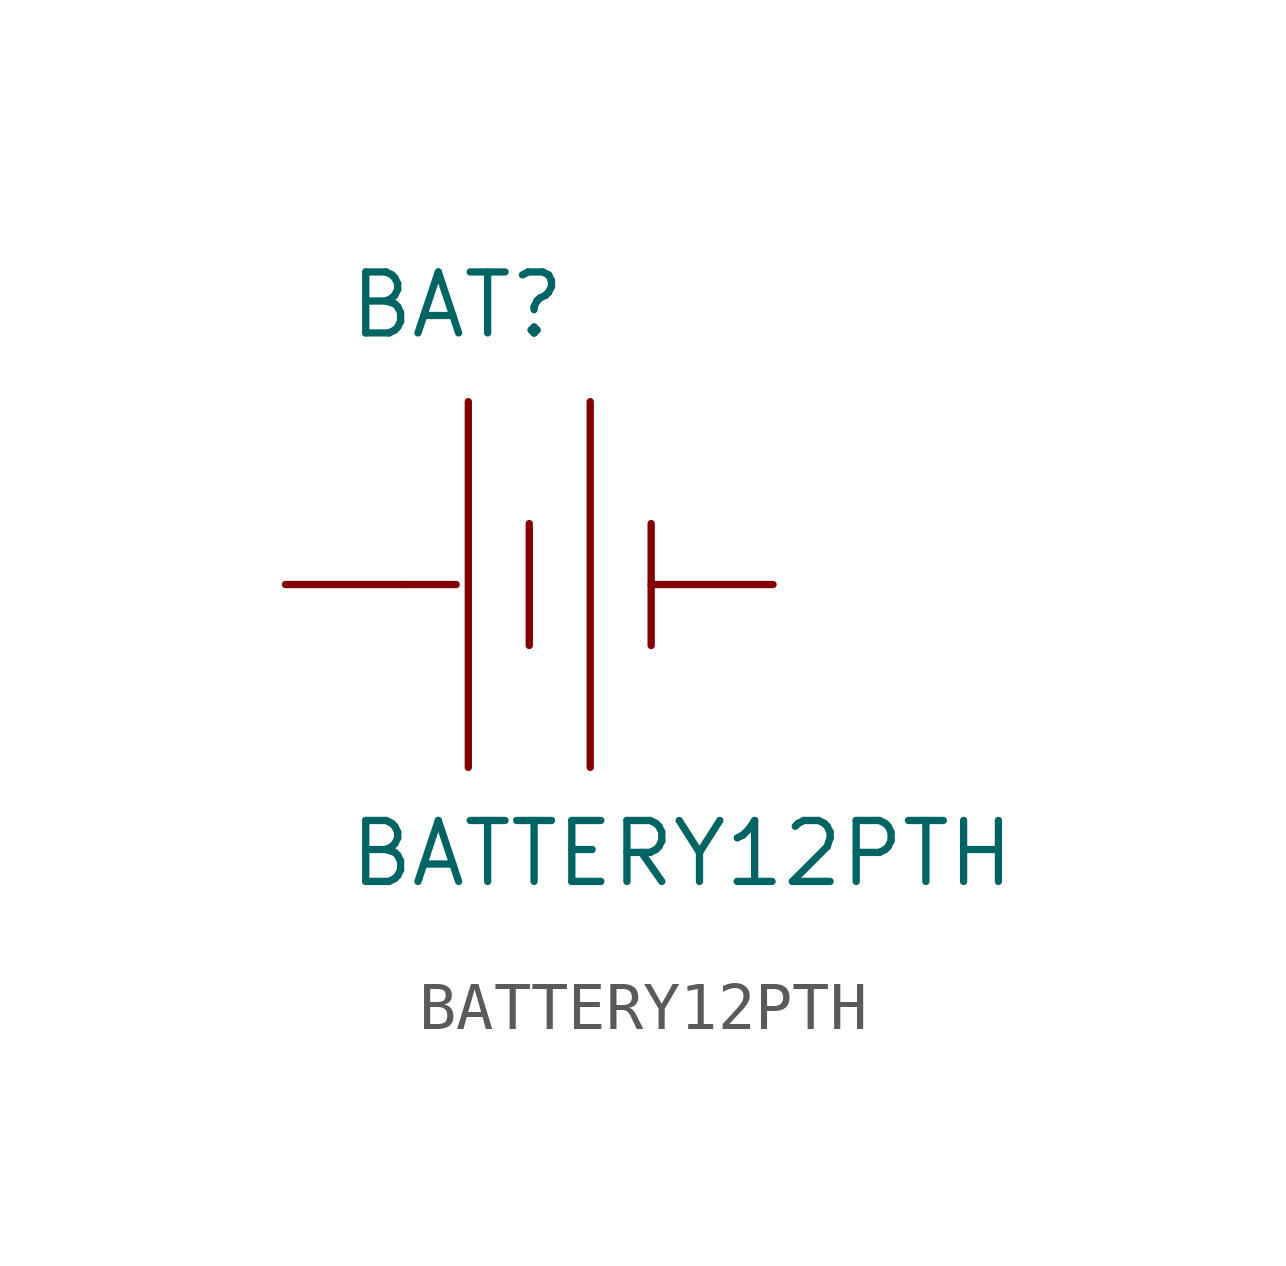
<source format=kicad_sym>
(kicad_symbol_lib
  (version 20211014)
  (generator kicad_symbol_editor)
  (symbol "BATTERY12PTH"
    (pin_numbers hide)
    (pin_names
      (offset 1.016) hide)
    (property "Reference" "BAT"
      (at -3.81 5.08 0)
      (effects (font (size 1.27 1.27)) (justify left bottom)))
    (property "Value" "BATTERY12PTH"
      (at -3.81 -6.35 0)
      (effects (font (size 1.27 1.27)) (justify left bottom)))
    (property "ki_locked" ""
      (at 0 0 0)
      (effects (font (size 1.27 1.27))))
    (symbol "BATTERY12PTH_1_0"
      (polyline (pts (xy -2.54 0) (xy -1.524 0)) (stroke (width 0) (type default) (color 0 0 0 0)) (fill (type none)))
      (polyline (pts (xy -1.27 3.81) (xy -1.27 -3.81)) (stroke (width 0) (type default) (color 0 0 0 0)) (fill (type none)))
      (polyline (pts (xy 0 1.27) (xy 0 -1.27)) (stroke (width 0) (type default) (color 0 0 0 0)) (fill (type none)))
      (polyline (pts (xy 1.27 3.81) (xy 1.27 -3.81)) (stroke (width 0) (type default) (color 0 0 0 0)) (fill (type none)))
      (polyline (pts (xy 2.54 1.27) (xy 2.54 -1.27)) (stroke (width 0) (type default) (color 0 0 0 0)) (fill (type none))))
    (symbol "BATTERY12PTH_1_1"
      (pin power_in line (at 5.08 0 180) (length 2.54) (name "-" (effects (font (size 1.016 1.016)))) (number "GND" (effects (font (size 1.016 1.016)))))
      (pin power_in line (at -5.08 0 0) (length 2.54) (name "+" (effects (font (size 1.016 1.016)))) (number "VCC@1" (effects (font (size 1.016 1.016))))))))
</source>
